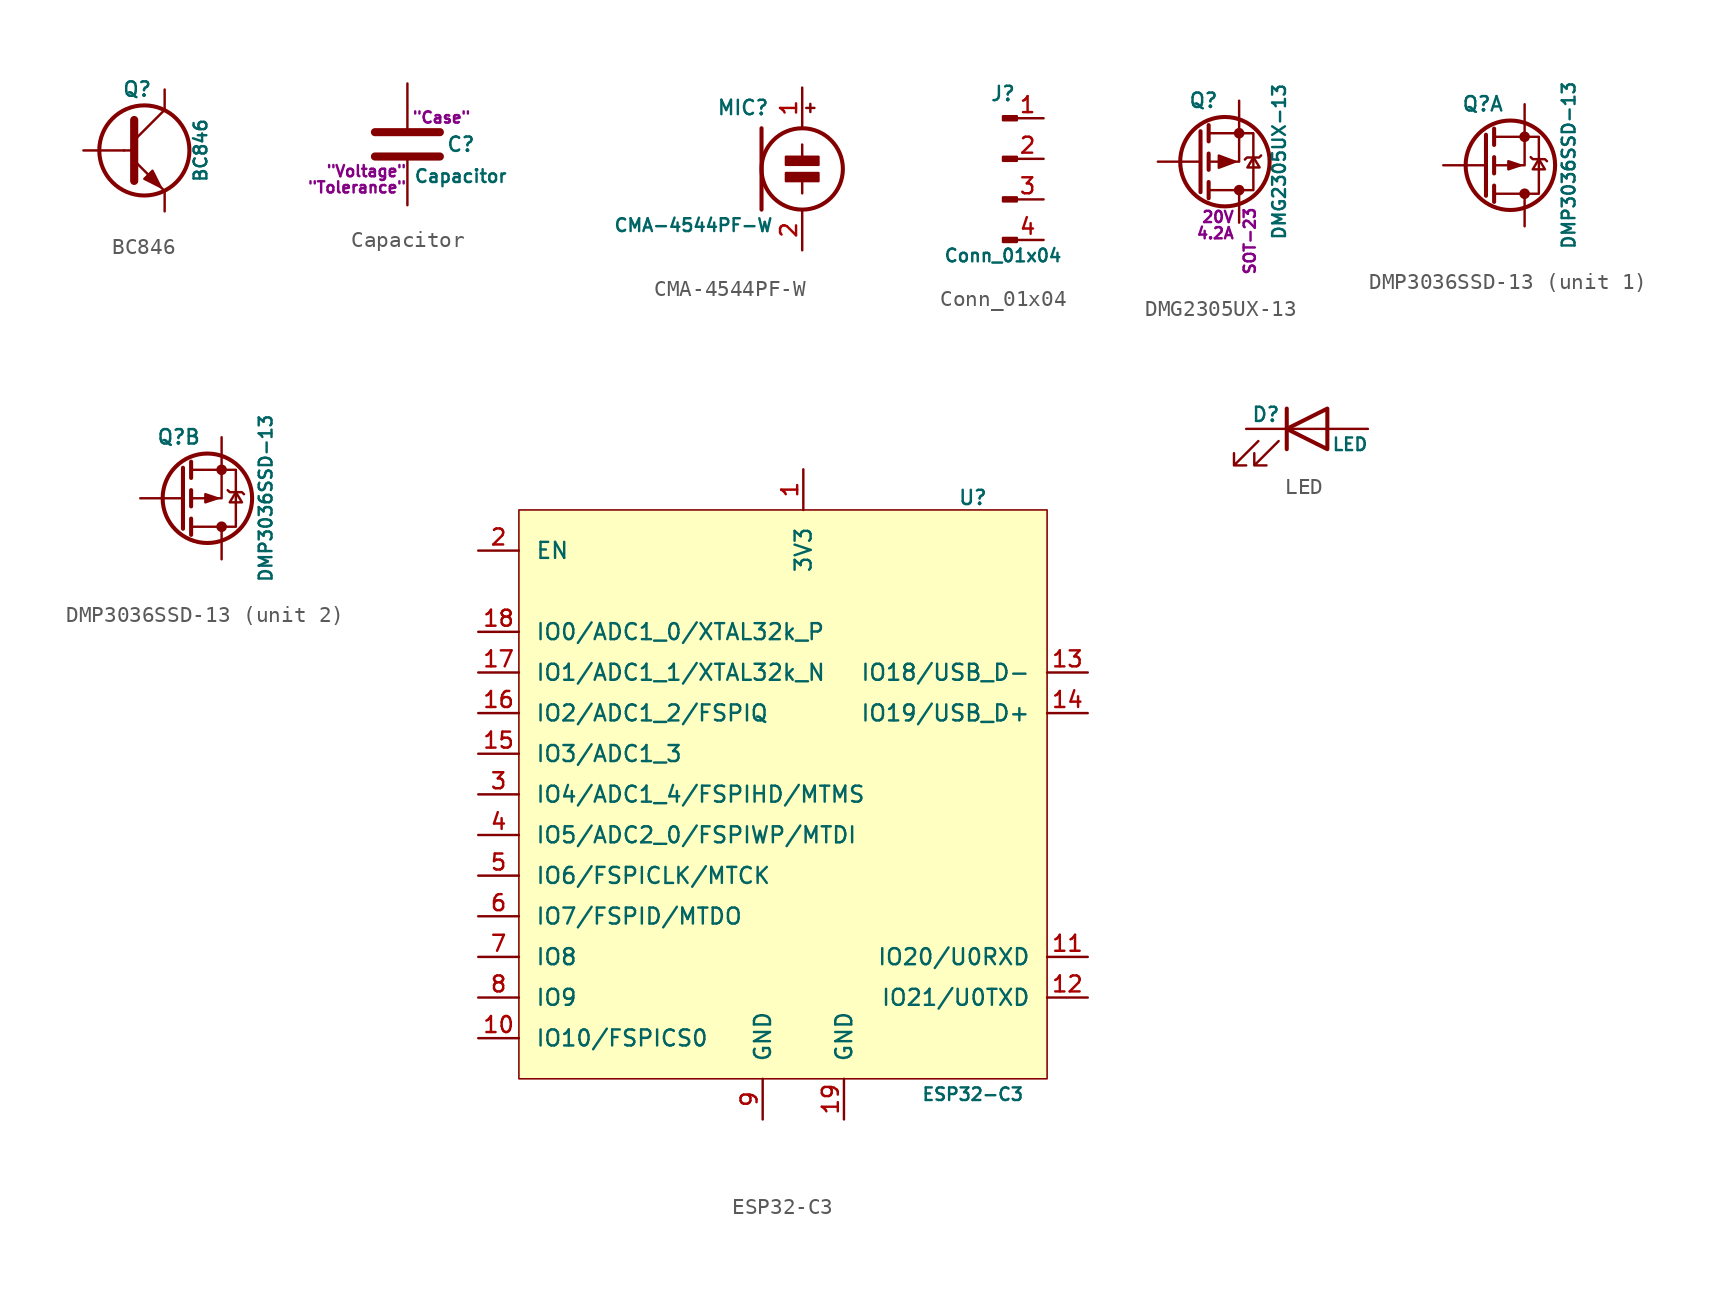
<source format=kicad_sym>
(kicad_symbol_lib
  (version 20231120)
  (generator "kicad_symbol_editor")
  (generator_version "8.0")
  (symbol "BC846"
    (pin_numbers hide)
    (pin_names
      (offset 0) hide)
    (property "Reference" "Q"
      (at 1.778 3.302 0)
      (effects (font (size 0.9 0.9)) (justify right bottom)))
    (property "Value" "BC846"
      (at 4.318 0 90)
      (effects (font (size 0.8 0.8)) (justify top)))
    (symbol "BC846_0_1"
      (polyline (pts (xy 0 0) (xy 0.508 0)) (stroke (width 0) (type default)) (fill (type none)))
      (polyline (pts (xy 0.635 0.635) (xy 2.54 2.54)) (stroke (width 0) (type default)) (fill (type none)))
      (polyline (pts (xy 0.635 -0.635) (xy 2.54 -2.54) (xy 2.54 -2.54)) (stroke (width 0) (type default)) (fill (type none)))
      (polyline (pts (xy 0.635 1.905) (xy 0.635 -1.905) (xy 0.635 -1.905)) (stroke (width 0.508) (type default)) (fill (type none)))
      (polyline (pts (xy 1.27 -1.778) (xy 1.778 -1.27) (xy 2.286 -2.286) (xy 1.27 -1.778) (xy 1.27 -1.778)) (stroke (width 0) (type default)) (fill (type outline)))
      (circle (center 1.27 0) (radius 2.819) (stroke (width 0.254) (type default)) (fill (type none))))
    (symbol "BC846_1_1"
      (pin input line (at -2.54 0 0) (length 2.54) (name "B" (effects (font (size 1 1)))) (number "1" (effects (font (size 1 1)))))
      (pin passive line (at 2.54 -3.81 90) (length 1.27) (name "E" (effects (font (size 1 1)))) (number "2" (effects (font (size 1 1)))))
      (pin passive line (at 2.54 3.81 270) (length 1.27) (name "C" (effects (font (size 1 1)))) (number "3" (effects (font (size 1 1)))))))
  (symbol "Capacitor"
    (pin_numbers hide)
    (pin_names
      (offset 0.254))
    (property "Reference" "C"
      (at 2.413 0 0)
      (effects (font (size 0.9 0.9)) (justify left)))
    (property "Value" "Capacitor"
      (at 0.381 -1.524 0)
      (effects (font (size 0.8 0.8)) (justify left top)))
    (property "Voltage" "\"Voltage\""
      (at 0 -1.27 0)
      (effects (font (size 0.7 0.7)) (justify right top)))
    (property "Tolerance" "\"Tolerance\""
      (at 0 -2.286 0)
      (effects (font (size 0.7 0.7)) (justify right top)))
    (property "Case" "\"Case\""
      (at 0.254 1.27 0)
      (effects (font (size 0.7 0.7)) (justify left bottom)))
    (symbol "Capacitor_0_1"
      (polyline (pts (xy -2.032 -0.762) (xy 2.032 -0.762)) (stroke (width 0.508) (type default)) (fill (type none)))
      (polyline (pts (xy -2.032 0.762) (xy 2.032 0.762)) (stroke (width 0.508) (type default)) (fill (type none))))
    (symbol "Capacitor_1_1"
      (pin passive line (at 0 3.81 270) (length 2.794) (name "~" (effects (font (size 1 1)))) (number "1" (effects (font (size 1 1)))))
      (pin passive line (at 0 -3.81 90) (length 2.794) (name "~" (effects (font (size 1 1)))) (number "2" (effects (font (size 1 1)))))))
  (symbol "CMA-4544PF-W"
    (pin_names
      (offset 0.025) hide)
    (property "Reference" "MIC"
      (at -2.032 3.302 0)
      (effects (font (size 0.9 0.9)) (justify right bottom)))
    (property "Value" "CMA-4544PF-W"
      (at -1.778 -3.048 0)
      (effects (font (size 0.8 0.8)) (justify right top)))
    (symbol "CMA-4544PF-W_0_1"
      (polyline (pts (xy -2.54 2.54) (xy -2.54 -2.54)) (stroke (width 0.254) (type default)) (fill (type none)))
      (polyline (pts (xy 0 -0.762) (xy 0 -1.524)) (stroke (width 0) (type default)) (fill (type none)))
      (polyline (pts (xy 0 0.762) (xy 0 1.524)) (stroke (width 0) (type default)) (fill (type none)))
      (polyline (pts (xy 0.254 3.81) (xy 0.762 3.81)) (stroke (width 0) (type default)) (fill (type none)))
      (polyline (pts (xy 0.508 4.064) (xy 0.508 3.556)) (stroke (width 0) (type default)) (fill (type none)))
      (circle (center 0 0) (radius 2.54) (stroke (width 0.254) (type default)) (fill (type none)))
      (rectangle (start 1.016 -0.254) (end -1.016 -0.762) (stroke (width 0) (type default)) (fill (type outline)))
      (rectangle (start 1.016 0.762) (end -1.016 0.254) (stroke (width 0) (type default)) (fill (type outline))))
    (symbol "CMA-4544PF-W_1_1"
      (pin passive line (at 0 5.08 270) (length 2.54) (name "+" (effects (font (size 1 1)))) (number "1" (effects (font (size 1 1)))))
      (pin passive line (at 0 -5.08 90) (length 2.54) (name "-" (effects (font (size 1 1)))) (number "2" (effects (font (size 1 1)))))))
  (symbol "Conn_01x04"
    (pin_names
      (offset 1.016) hide)
    (property "Reference" "J"
      (at 0 3.556 0)
      (effects (font (size 0.9 0.9)) (justify bottom)))
    (property "Value" "Conn_01x04"
      (at 0 -5.588 0)
      (effects (font (size 0.8 0.8)) (justify top)))
    (symbol "Conn_01x04_1_1"
      (rectangle (start 0.864 -4.953) (end 0 -5.207) (stroke (width 0.152) (type default)) (fill (type outline)))
      (rectangle (start 0.864 -2.413) (end 0 -2.667) (stroke (width 0.152) (type default)) (fill (type outline)))
      (rectangle (start 0.864 0.127) (end 0 -0.127) (stroke (width 0.152) (type default)) (fill (type outline)))
      (rectangle (start 0.864 2.667) (end 0 2.413) (stroke (width 0.152) (type default)) (fill (type outline)))
      (pin passive line (at 2.54 2.54 180) (length 2) (name "Pin_1" (effects (font (size 1 1)))) (number "1" (effects (font (size 1 1)))))
      (pin passive line (at 2.54 0 180) (length 2) (name "Pin_2" (effects (font (size 1 1)))) (number "2" (effects (font (size 1 1)))))
      (pin passive line (at 2.54 -2.54 180) (length 2) (name "Pin_3" (effects (font (size 1 1)))) (number "3" (effects (font (size 1 1)))))
      (pin passive line (at 2.54 -5.08 180) (length 2) (name "Pin_4" (effects (font (size 1 1)))) (number "4" (effects (font (size 1 1)))))))
  (symbol "DMG2305UX-13"
    (pin_numbers hide)
    (pin_names
      (offset 0) hide)
    (property "Reference" "Q"
      (at 1.27 3.302 0)
      (effects (font (size 0.9 0.9)) (justify right bottom)))
    (property "Value" "DMG2305UX-13"
      (at 4.572 0 90)
      (effects (font (size 0.8 0.8)) (justify top)))
    (property "Voltage" "20V"
      (at 2.286 -3.048 0)
      (effects (font (size 0.7 0.7)) (justify right top)))
    (property "Current" "4.2A"
      (at 2.286 -4.064 0)
      (effects (font (size 0.7 0.7)) (justify right top)))
    (property "Case" "SOT-23"
      (at 2.794 -2.794 90)
      (effects (font (size 0.7 0.7)) (justify right top)))
    (symbol "DMG2305UX-13_0_1"
      (polyline (pts (xy 0.127 1.905) (xy 0.127 -1.905)) (stroke (width 0.254) (type default)) (fill (type none)))
      (polyline (pts (xy 0.635 -1.27) (xy 0.635 -2.286)) (stroke (width 0.254) (type default)) (fill (type none)))
      (polyline (pts (xy 0.635 0.508) (xy 0.635 -0.508)) (stroke (width 0.254) (type default)) (fill (type none)))
      (polyline (pts (xy 0.635 2.286) (xy 0.635 1.27)) (stroke (width 0.254) (type default)) (fill (type none)))
      (polyline (pts (xy 0.635 -1.778) (xy 3.429 -1.778) (xy 3.429 1.778) (xy 0.635 1.778)) (stroke (width 0) (type default)) (fill (type none)))
      (polyline (pts (xy 2.286 0) (xy 1.27 -0.381) (xy 1.27 0.381) (xy 2.286 0)) (stroke (width 0) (type default)) (fill (type outline)))
      (polyline (pts (xy 2.54 1.778) (xy 2.54 0) (xy 2.413 0) (xy 0.635 0)) (stroke (width 0) (type default)) (fill (type none)))
      (polyline (pts (xy 2.898 0.133) (xy 3.025 0.26) (xy 3.787 0.26) (xy 3.914 0.387)) (stroke (width 0) (type default)) (fill (type none)))
      (polyline (pts (xy 3.437 0.274) (xy 3.818 -0.361) (xy 3.056 -0.361) (xy 3.437 0.274)) (stroke (width 0) (type default)) (fill (type none)))
      (circle (center 1.651 0) (radius 2.794) (stroke (width 0.254) (type default)) (fill (type none)))
      (circle (center 2.54 -1.778) (radius 0.254) (stroke (width 0) (type default)) (fill (type outline)))
      (circle (center 2.54 1.778) (radius 0.254) (stroke (width 0) (type default)) (fill (type outline))))
    (symbol "DMG2305UX-13_1_1"
      (pin input line (at -2.54 0 0) (length 2.54) (name "G" (effects (font (size 1 1)))) (number "1" (effects (font (size 1 1)))))
      (pin passive line (at 2.54 3.81 270) (length 2.032) (name "S" (effects (font (size 1 1)))) (number "2" (effects (font (size 1 1)))))
      (pin passive line (at 2.54 -3.81 90) (length 2.032) (name "D" (effects (font (size 1 1)))) (number "3" (effects (font (size 1 1)))))))
  (symbol "DMP3036SSD-13"
    (pin_numbers hide)
    (pin_names
      (offset 0) hide)
    (property "Reference" "Q"
      (at 1.27 3.302 0)
      (effects (font (size 0.9 0.9)) (justify right bottom)))
    (property "Value" "DMP3036SSD-13"
      (at 4.826 0 90)
      (effects (font (size 0.8 0.8)) (justify top)))
    (property "ki_locked" ""
      (at 0 0 0)
      (effects (font (size 1.27 1.27))))
    (symbol "DMP3036SSD-13_0_1"
      (polyline (pts (xy 0.127 1.905) (xy 0.127 -1.905)) (stroke (width 0.254) (type default)) (fill (type none)))
      (polyline (pts (xy 0.635 -1.27) (xy 0.635 -2.286)) (stroke (width 0.254) (type default)) (fill (type none)))
      (polyline (pts (xy 0.635 0.508) (xy 0.635 -0.508)) (stroke (width 0.254) (type default)) (fill (type none)))
      (polyline (pts (xy 0.635 2.286) (xy 0.635 1.27)) (stroke (width 0.254) (type default)) (fill (type none)))
      (polyline (pts (xy 0.635 -1.778) (xy 3.429 -1.778) (xy 3.429 1.778) (xy 0.635 1.778)) (stroke (width 0) (type default)) (fill (type none)))
      (polyline (pts (xy 2.286 0) (xy 1.524 0.254) (xy 1.524 -0.254) (xy 2.286 0)) (stroke (width 0) (type default)) (fill (type outline)))
      (polyline (pts (xy 2.54 1.778) (xy 2.54 0) (xy 2.413 0) (xy 0.635 0)) (stroke (width 0) (type default)) (fill (type none)))
      (polyline (pts (xy 2.921 0.508) (xy 3.048 0.381) (xy 3.81 0.381) (xy 3.937 0.254)) (stroke (width 0) (type default)) (fill (type none)))
      (polyline (pts (xy 3.429 0.381) (xy 3.048 -0.254) (xy 3.81 -0.254) (xy 3.429 0.381)) (stroke (width 0) (type default)) (fill (type none)))
      (circle (center 1.651 0) (radius 2.794) (stroke (width 0.254) (type default)) (fill (type none)))
      (circle (center 2.54 -1.778) (radius 0.254) (stroke (width 0) (type default)) (fill (type outline)))
      (circle (center 2.54 1.778) (radius 0.254) (stroke (width 0) (type default)) (fill (type outline))))
    (symbol "DMP3036SSD-13_1_1"
      (pin passive line (at 2.54 3.81 270) (length 2.032) (name "S1" (effects (font (size 1 1)))) (number "1" (effects (font (size 1 1)))))
      (pin input line (at -2.54 0 0) (length 2.54) (name "G1" (effects (font (size 1 1)))) (number "2" (effects (font (size 1 1)))))
      (pin passive line (at 2.54 -3.81 90) (length 2.032) hide (name "D1" (effects (font (size 1 1)))) (number "7" (effects (font (size 1 1)))))
      (pin passive line (at 2.54 -3.81 90) (length 2.032) (name "D1" (effects (font (size 1 1)))) (number "8" (effects (font (size 1 1))))))
    (symbol "DMP3036SSD-13_2_1"
      (pin passive line (at 2.54 3.81 270) (length 2.032) (name "S2" (effects (font (size 1 1)))) (number "3" (effects (font (size 1 1)))))
      (pin input line (at -2.54 0 0) (length 2.54) (name "G2" (effects (font (size 1 1)))) (number "4" (effects (font (size 1 1)))))
      (pin passive line (at 2.54 -3.81 90) (length 2.032) hide (name "D2" (effects (font (size 1 1)))) (number "5" (effects (font (size 1 1)))))
      (pin passive line (at 2.54 -3.81 90) (length 2.032) (name "D2" (effects (font (size 1 1)))) (number "6" (effects (font (size 1 1)))))))
  (symbol "ESP32-C3"
    (pin_names
      (offset 1.016))
    (property "Reference" "U"
      (at 9.652 20.574 0)
      (effects (font (size 0.889 0.889)) (justify left bottom)))
    (property "Value" "ESP32-C3"
      (at 7.366 -15.748 0)
      (effects (font (size 0.787 0.787)) (justify left top)))
    (symbol "ESP32-C3_0_1"
      (rectangle (start -17.78 20.32) (end 15.24 -15.24) (stroke (width 0.1) (type default)) (fill (type background))))
    (symbol "ESP32-C3_1_1"
      (pin power_in line (at 0 22.86 270) (length 2.54) (name "3V3" (effects (font (size 1 1)))) (number "1" (effects (font (size 1 1)))))
      (pin bidirectional line (at -20.32 -12.7 0) (length 2.54) (name "IO10/FSPICS0" (effects (font (size 1 1)))) (number "10" (effects (font (size 1 1)))))
      (pin bidirectional line (at 17.78 -7.62 180) (length 2.54) (name "IO20/U0RXD" (effects (font (size 1 1)))) (number "11" (effects (font (size 1 1)))))
      (pin bidirectional line (at 17.78 -10.16 180) (length 2.54) (name "IO21/U0TXD" (effects (font (size 1 1)))) (number "12" (effects (font (size 1 1)))))
      (pin bidirectional line (at 17.78 10.16 180) (length 2.54) (name "IO18/USB_D-" (effects (font (size 1 1)))) (number "13" (effects (font (size 1 1)))))
      (pin bidirectional line (at 17.78 7.62 180) (length 2.54) (name "IO19/USB_D+" (effects (font (size 1 1)))) (number "14" (effects (font (size 1 1)))))
      (pin bidirectional line (at -20.32 5.08 0) (length 2.54) (name "IO3/ADC1_3" (effects (font (size 1 1)))) (number "15" (effects (font (size 1 1)))))
      (pin bidirectional line (at -20.32 7.62 0) (length 2.54) (name "IO2/ADC1_2/FSPIQ" (effects (font (size 1 1)))) (number "16" (effects (font (size 1 1)))))
      (pin bidirectional line (at -20.32 10.16 0) (length 2.54) (name "IO1/ADC1_1/XTAL32k_N" (effects (font (size 1 1)))) (number "17" (effects (font (size 1 1)))))
      (pin bidirectional line (at -20.32 12.7 0) (length 2.54) (name "IO0/ADC1_0/XTAL32k_P" (effects (font (size 1 1)))) (number "18" (effects (font (size 1 1)))))
      (pin power_in line (at 2.54 -17.78 90) (length 2.54) (name "GND" (effects (font (size 1 1)))) (number "19" (effects (font (size 1 1)))))
      (pin input line (at -20.32 17.78 0) (length 2.54) (name "EN" (effects (font (size 1 1)))) (number "2" (effects (font (size 1 1)))))
      (pin bidirectional line (at -20.32 2.54 0) (length 2.54) (name "IO4/ADC1_4/FSPIHD/MTMS" (effects (font (size 1 1)))) (number "3" (effects (font (size 1 1)))))
      (pin bidirectional line (at -20.32 0 0) (length 2.54) (name "IO5/ADC2_0/FSPIWP/MTDI" (effects (font (size 1 1)))) (number "4" (effects (font (size 1 1)))))
      (pin bidirectional line (at -20.32 -2.54 0) (length 2.54) (name "IO6/FSPICLK/MTCK" (effects (font (size 1 1)))) (number "5" (effects (font (size 1 1)))))
      (pin bidirectional line (at -20.32 -5.08 0) (length 2.54) (name "IO7/FSPID/MTDO" (effects (font (size 1 1)))) (number "6" (effects (font (size 1 1)))))
      (pin bidirectional line (at -20.32 -7.62 0) (length 2.54) (name "IO8" (effects (font (size 1 1)))) (number "7" (effects (font (size 1 1)))))
      (pin bidirectional line (at -20.32 -10.16 0) (length 2.54) (name "IO9" (effects (font (size 1 1)))) (number "8" (effects (font (size 1 1)))))
      (pin power_in line (at -2.54 -17.78 90) (length 2.54) (name "GND" (effects (font (size 1 1)))) (number "9" (effects (font (size 1 1)))))))
  (symbol "LED"
    (pin_numbers hide)
    (pin_names
      (offset 1.016) hide)
    (property "Reference" "D"
      (at -0.381 0.381 0)
      (effects (font (size 0.889 0.889)) (justify right bottom)))
    (property "Value" "LED"
      (at 2.794 -0.508 0)
      (effects (font (size 0.787 0.787)) (justify left top)))
    (symbol "LED_0_1"
      (polyline (pts (xy 0 -1.27) (xy 0 1.27)) (stroke (width 0.254) (type default)) (fill (type none)))
      (polyline (pts (xy 0 0) (xy 2.54 0)) (stroke (width 0) (type default)) (fill (type none)))
      (polyline (pts (xy 2.54 -1.27) (xy 2.54 1.27) (xy 0 0) (xy 2.54 -1.27)) (stroke (width 0.254) (type default)) (fill (type none)))
      (polyline (pts (xy -1.778 -0.762) (xy -3.302 -2.286) (xy -2.54 -2.286) (xy -3.302 -2.286) (xy -3.302 -1.524)) (stroke (width 0) (type default)) (fill (type none)))
      (polyline (pts (xy -0.508 -0.762) (xy -2.032 -2.286) (xy -1.27 -2.286) (xy -2.032 -2.286) (xy -2.032 -1.524)) (stroke (width 0) (type default)) (fill (type none))))
    (symbol "LED_1_1"
      (pin passive line (at 5.08 0 180) (length 2.54) (name "A" (effects (font (size 1 1)))) (number "A" (effects (font (size 1 1)))))
      (pin passive line (at -2.54 0 0) (length 2.54) (name "K" (effects (font (size 1 1)))) (number "K" (effects (font (size 1 1))))))))
</source>
